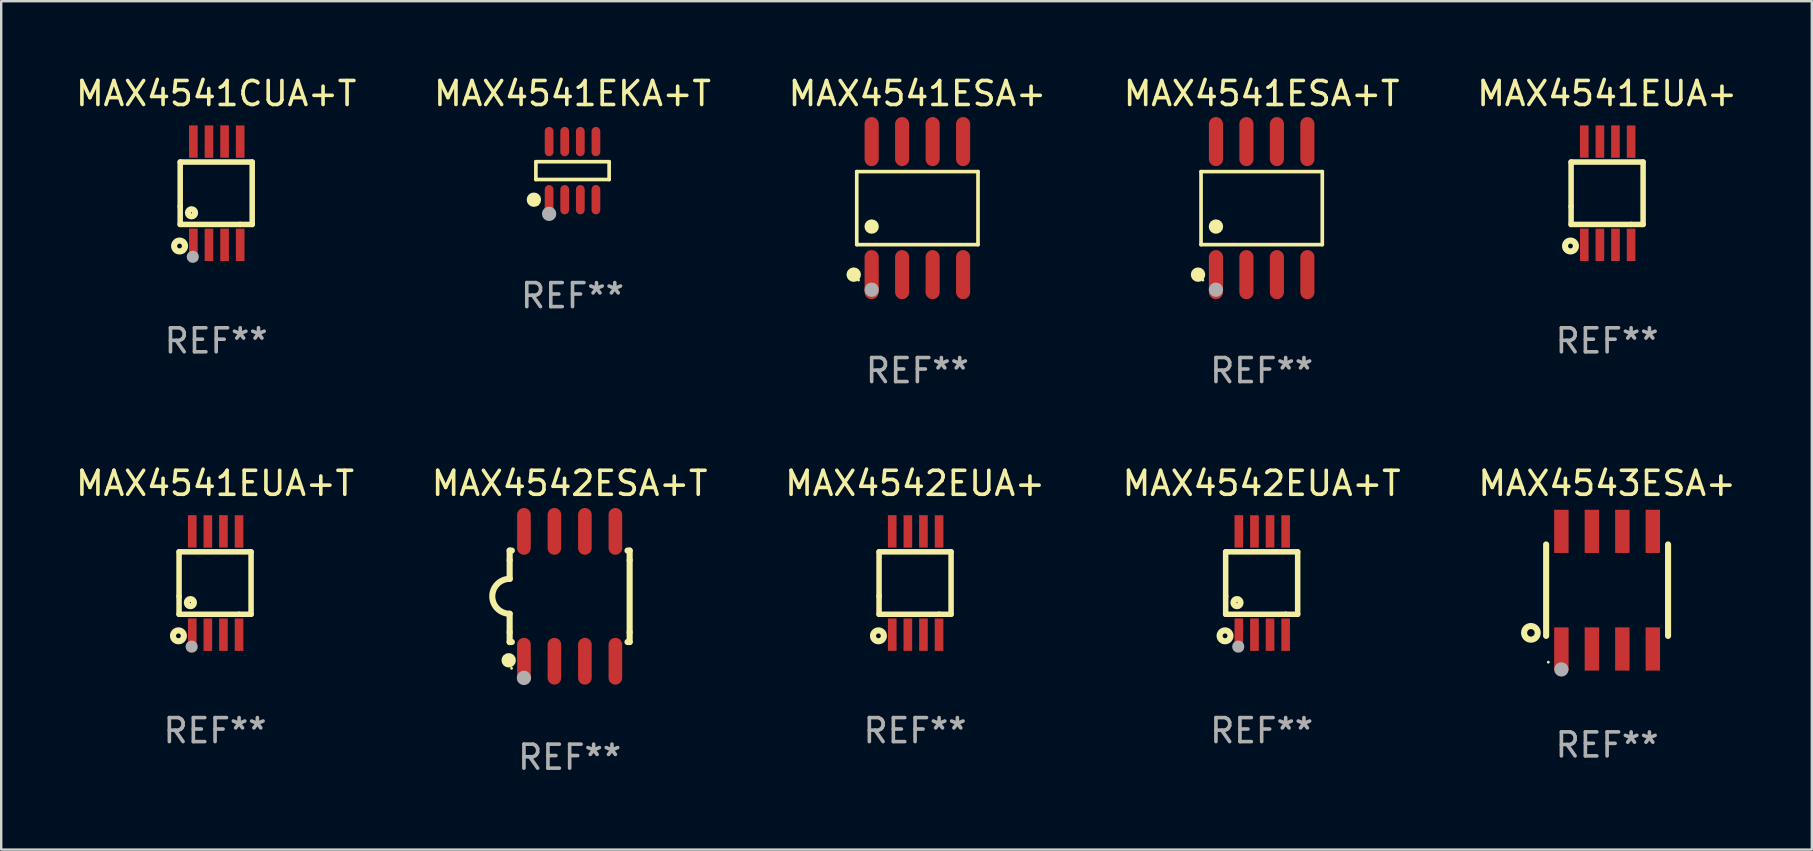
<source format=kicad_pcb>
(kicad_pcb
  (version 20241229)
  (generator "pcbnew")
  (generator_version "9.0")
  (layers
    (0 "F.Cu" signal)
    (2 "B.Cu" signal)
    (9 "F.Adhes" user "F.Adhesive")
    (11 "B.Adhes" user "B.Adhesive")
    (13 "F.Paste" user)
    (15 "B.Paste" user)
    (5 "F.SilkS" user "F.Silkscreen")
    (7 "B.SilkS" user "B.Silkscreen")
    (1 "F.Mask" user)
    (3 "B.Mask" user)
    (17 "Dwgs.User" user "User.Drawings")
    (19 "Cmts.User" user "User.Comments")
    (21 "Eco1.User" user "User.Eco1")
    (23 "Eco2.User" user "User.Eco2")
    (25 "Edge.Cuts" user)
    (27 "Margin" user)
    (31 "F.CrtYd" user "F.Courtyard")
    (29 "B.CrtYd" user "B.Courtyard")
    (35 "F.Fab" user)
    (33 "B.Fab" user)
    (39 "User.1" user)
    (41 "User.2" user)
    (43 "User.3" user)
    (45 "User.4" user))
  (footprint "MAX4542EUA+"
    (layer "F.Cu")
    (at 35.077 21.242)
    (property "Reference" "MAX4542EUA+" (at 0 -4.152 0) (layer "F.SilkS") (effects (font (size 1 1) (thickness 0.15))))
    (attr through_hole)
    (fp_line (start -1.5 1.301) (end 1 1.301) (stroke (width 0.229) (type solid)) (layer "F.SilkS"))
    (fp_line (start -1.5 -1.299) (end -1.5 0.551) (stroke (width 0.229) (type solid)) (layer "F.SilkS"))
    (fp_line (start -1.5 0.551) (end -1.5 1.301) (stroke (width 0.229) (type solid)) (layer "F.SilkS"))
    (fp_line (start 1 1.301) (end 1.5 1.301) (stroke (width 0.229) (type solid)) (layer "F.SilkS"))
    (fp_line (start 1.5 1.301) (end 1.5 -1.299) (stroke (width 0.229) (type solid)) (layer "F.SilkS"))
    (fp_line (start 1.5 -1.299) (end -1.5 -1.299) (stroke (width 0.229) (type solid)) (layer "F.SilkS"))
    (fp_circle (center -1.526 2.2) (end -1.426 2.2) (stroke (width 0.254) (type solid)) (fill no) (layer "F.SilkS"))
    (fp_circle (center -1.476 2.45) (end -1.446 2.45) (stroke (width 0.06) (type solid)) (fill no) (layer "F.SilkS"))
    (fp_text user "REF**" (at 0 6.152 0) (layer "F.Fab") (effects (font (size 1 1) (thickness 0.15))))
    (pad "1" smd rect (at -0.951 2.15) (size 0.36 1.35) (layers "F.Cu" "F.Mask" "F.Paste"))
    (pad "2" smd rect (at -0.301 2.152) (size 0.36 1.35) (layers "F.Cu" "F.Mask" "F.Paste"))
    (pad "3" smd rect (at 0.349 2.151) (size 0.36 1.35) (layers "F.Cu" "F.Mask" "F.Paste"))
    (pad "4" smd rect (at 0.999 2.152) (size 0.36 1.35) (layers "F.Cu" "F.Mask" "F.Paste"))
    (pad "5" smd rect (at 1 -2.149) (size 0.36 1.35) (layers "F.Cu" "F.Mask" "F.Paste"))
    (pad "6" smd rect (at 0.348 -2.152) (size 0.36 1.35) (layers "F.Cu" "F.Mask" "F.Paste"))
    (pad "7" smd rect (at -0.3 -2.149) (size 0.36 1.35) (layers "F.Cu" "F.Mask" "F.Paste"))
    (pad "8" smd rect (at -0.952 -2.152) (size 0.36 1.35) (layers "F.Cu" "F.Mask" "F.Paste")))
  (footprint "MAX4541ESA+"
    (layer "F.Cu")
    (at 35.173 5.621)
    (property "Reference" "MAX4541ESA+" (at 0 -4.772 0) (layer "F.SilkS") (effects (font (size 1 1) (thickness 0.15))))
    (attr through_hole)
    (fp_line (start -2.526 -1.521) (end 2.526 -1.521) (stroke (width 0.152) (type solid)) (layer "F.SilkS"))
    (fp_line (start -2.526 1.521) (end -2.526 -1.521) (stroke (width 0.152) (type solid)) (layer "F.SilkS"))
    (fp_line (start 2.526 -1.521) (end 2.526 1.521) (stroke (width 0.152) (type solid)) (layer "F.SilkS"))
    (fp_line (start 2.526 1.521) (end -2.526 1.521) (stroke (width 0.152) (type solid)) (layer "F.SilkS"))
    (fp_circle (center -2.652 2.772) (end -2.501 2.772) (stroke (width 0.3) (type solid)) (fill no) (layer "F.SilkS"))
    (fp_circle (center -2.45 3) (end -2.42 3) (stroke (width 0.06) (type solid)) (fill no) (layer "F.SilkS"))
    (fp_circle (center -1.905 0.769) (end -1.755 0.769) (stroke (width 0.3) (type solid)) (fill no) (layer "F.SilkS"))
    (fp_circle (center -1.905 3.4) (end -1.755 3.4) (stroke (width 0.3) (type solid)) (fill no) (layer "F.Fab"))
    (fp_text user "REF**" (at 0 6.772 0) (layer "F.Fab") (effects (font (size 1 1) (thickness 0.15))))
    (pad "1" smd oval (at -1.905 2.772) (size 0.588 2.045) (layers "F.Cu" "F.Mask" "F.Paste"))
    (pad "2" smd oval (at -0.635 2.772) (size 0.588 2.045) (layers "F.Cu" "F.Mask" "F.Paste"))
    (pad "3" smd oval (at 0.635 2.772) (size 0.588 2.045) (layers "F.Cu" "F.Mask" "F.Paste"))
    (pad "4" smd oval (at 1.905 2.772) (size 0.588 2.045) (layers "F.Cu" "F.Mask" "F.Paste"))
    (pad "5" smd oval (at 1.905 -2.772) (size 0.588 2.045) (layers "F.Cu" "F.Mask" "F.Paste"))
    (pad "6" smd oval (at 0.635 -2.772) (size 0.588 2.045) (layers "F.Cu" "F.Mask" "F.Paste"))
    (pad "7" smd oval (at -0.635 -2.772) (size 0.588 2.045) (layers "F.Cu" "F.Mask" "F.Paste"))
    (pad "8" smd oval (at -1.905 -2.772) (size 0.588 2.045) (layers "F.Cu" "F.Mask" "F.Paste")))
  (footprint "MAX4541CUA+T"
    (layer "F.Cu")
    (at 5.958 5)
    (property "Reference" "MAX4541CUA+T" (at 0 -4.152 0) (layer "F.SilkS") (effects (font (size 1 1) (thickness 0.15))))
    (attr through_hole)
    (fp_line (start -1.5 1.301) (end 1 1.301) (stroke (width 0.229) (type solid)) (layer "F.SilkS"))
    (fp_line (start -1.5 -1.299) (end -1.5 0.551) (stroke (width 0.229) (type solid)) (layer "F.SilkS"))
    (fp_line (start -1.5 0.551) (end -1.5 1.301) (stroke (width 0.229) (type solid)) (layer "F.SilkS"))
    (fp_line (start 1 1.301) (end 1.5 1.301) (stroke (width 0.229) (type solid)) (layer "F.SilkS"))
    (fp_line (start 1.5 1.301) (end 1.5 -1.299) (stroke (width 0.229) (type solid)) (layer "F.SilkS"))
    (fp_line (start 1.5 -1.299) (end -1.5 -1.299) (stroke (width 0.229) (type solid)) (layer "F.SilkS"))
    (fp_circle (center -1.526 2.2) (end -1.426 2.2) (stroke (width 0.254) (type solid)) (fill no) (layer "F.SilkS"))
    (fp_circle (center -1.476 2.45) (end -1.446 2.45) (stroke (width 0.06) (type solid)) (fill no) (layer "F.SilkS"))
    (fp_circle (center -1.028 0.817) (end -0.878 0.817) (stroke (width 0.254) (type solid)) (fill no) (layer "F.SilkS"))
    (fp_circle (center -0.976 2.65) (end -0.849 2.65) (stroke (width 0.254) (type solid)) (fill no) (layer "F.Fab"))
    (fp_text user "REF**" (at 0 6.152 0) (layer "F.Fab") (effects (font (size 1 1) (thickness 0.15))))
    (pad "1" smd rect (at -0.951 2.15) (size 0.36 1.35) (layers "F.Cu" "F.Mask" "F.Paste"))
    (pad "2" smd rect (at -0.301 2.152) (size 0.36 1.35) (layers "F.Cu" "F.Mask" "F.Paste"))
    (pad "3" smd rect (at 0.349 2.151) (size 0.36 1.35) (layers "F.Cu" "F.Mask" "F.Paste"))
    (pad "4" smd rect (at 0.999 2.152) (size 0.36 1.35) (layers "F.Cu" "F.Mask" "F.Paste"))
    (pad "5" smd rect (at 0.999 -2.149) (size 0.36 1.35) (layers "F.Cu" "F.Mask" "F.Paste"))
    (pad "6" smd rect (at 0.349 -2.152) (size 0.36 1.35) (layers "F.Cu" "F.Mask" "F.Paste"))
    (pad "7" smd rect (at -0.301 -2.149) (size 0.36 1.35) (layers "F.Cu" "F.Mask" "F.Paste"))
    (pad "8" smd rect (at -0.951 -2.152) (size 0.36 1.35) (layers "F.Cu" "F.Mask" "F.Paste")))
  (footprint "MAX4543ESA+"
    (layer "F.Cu")
    (at 63.911 21.54)
    (property "Reference" "MAX4543ESA+" (at 0 -4.45 0) (layer "F.SilkS") (effects (font (size 1 1) (thickness 0.15))))
    (attr through_hole)
    (fp_line (start -2.54 -1.905) (end -2.54 1.905) (stroke (width 0.254) (type solid)) (layer "F.SilkS"))
    (fp_line (start 2.54 -1.905) (end 2.54 1.905) (stroke (width 0.254) (type solid)) (layer "F.SilkS"))
    (fp_circle (center -3.175 1.778) (end -2.891 1.778) (stroke (width 0.254) (type solid)) (fill no) (layer "F.SilkS"))
    (fp_circle (center -2.45 3) (end -2.42 3) (stroke (width 0.06) (type solid)) (fill no) (layer "F.SilkS"))
    (fp_circle (center -1.905 3.302) (end -1.755 3.302) (stroke (width 0.3) (type solid)) (fill no) (layer "F.Fab"))
    (fp_text user "REF**" (at 0 6.45 0) (layer "F.Fab") (effects (font (size 1 1) (thickness 0.15))))
    (pad "1" smd rect (at -1.905 2.45) (size 0.6 1.8) (layers "F.Cu" "F.Mask" "F.Paste"))
    (pad "2" smd rect (at -0.635 2.45) (size 0.6 1.8) (layers "F.Cu" "F.Mask" "F.Paste"))
    (pad "3" smd rect (at 0.635 2.45) (size 0.6 1.8) (layers "F.Cu" "F.Mask" "F.Paste"))
    (pad "4" smd rect (at 1.905 2.45) (size 0.6 1.8) (layers "F.Cu" "F.Mask" "F.Paste"))
    (pad "5" smd rect (at 1.905 -2.45 180) (size 0.6 1.8) (layers "F.Cu" "F.Mask" "F.Paste"))
    (pad "6" smd rect (at 0.635 -2.45 180) (size 0.6 1.8) (layers "F.Cu" "F.Mask" "F.Paste"))
    (pad "7" smd rect (at -0.635 -2.45 180) (size 0.6 1.8) (layers "F.Cu" "F.Mask" "F.Paste"))
    (pad "8" smd rect (at -1.905 -2.45 180) (size 0.6 1.8) (layers "F.Cu" "F.Mask" "F.Paste")))
  (footprint "MAX4541EUA+T"
    (layer "F.Cu")
    (at 5.911 21.242)
    (property "Reference" "MAX4541EUA+T" (at 0 -4.152 0) (layer "F.SilkS") (effects (font (size 1 1) (thickness 0.15))))
    (attr through_hole)
    (fp_line (start -1.5 1.301) (end 1 1.301) (stroke (width 0.229) (type solid)) (layer "F.SilkS"))
    (fp_line (start -1.5 -1.299) (end -1.5 0.551) (stroke (width 0.229) (type solid)) (layer "F.SilkS"))
    (fp_line (start -1.5 0.551) (end -1.5 1.301) (stroke (width 0.229) (type solid)) (layer "F.SilkS"))
    (fp_line (start 1 1.301) (end 1.5 1.301) (stroke (width 0.229) (type solid)) (layer "F.SilkS"))
    (fp_line (start 1.5 1.301) (end 1.5 -1.299) (stroke (width 0.229) (type solid)) (layer "F.SilkS"))
    (fp_line (start 1.5 -1.299) (end -1.5 -1.299) (stroke (width 0.229) (type solid)) (layer "F.SilkS"))
    (fp_circle (center -1.526 2.2) (end -1.426 2.2) (stroke (width 0.254) (type solid)) (fill no) (layer "F.SilkS"))
    (fp_circle (center -1.476 2.45) (end -1.446 2.45) (stroke (width 0.06) (type solid)) (fill no) (layer "F.SilkS"))
    (fp_circle (center -1.028 0.817) (end -0.878 0.817) (stroke (width 0.254) (type solid)) (fill no) (layer "F.SilkS"))
    (fp_circle (center -0.976 2.65) (end -0.849 2.65) (stroke (width 0.254) (type solid)) (fill no) (layer "F.Fab"))
    (fp_text user "REF**" (at 0 6.152 0) (layer "F.Fab") (effects (font (size 1 1) (thickness 0.15))))
    (pad "1" smd rect (at -0.951 2.15) (size 0.36 1.35) (layers "F.Cu" "F.Mask" "F.Paste"))
    (pad "2" smd rect (at -0.301 2.152) (size 0.36 1.35) (layers "F.Cu" "F.Mask" "F.Paste"))
    (pad "3" smd rect (at 0.349 2.151) (size 0.36 1.35) (layers "F.Cu" "F.Mask" "F.Paste"))
    (pad "4" smd rect (at 0.999 2.152) (size 0.36 1.35) (layers "F.Cu" "F.Mask" "F.Paste"))
    (pad "5" smd rect (at 0.999 -2.149) (size 0.36 1.35) (layers "F.Cu" "F.Mask" "F.Paste"))
    (pad "6" smd rect (at 0.349 -2.152) (size 0.36 1.35) (layers "F.Cu" "F.Mask" "F.Paste"))
    (pad "7" smd rect (at -0.301 -2.149) (size 0.36 1.35) (layers "F.Cu" "F.Mask" "F.Paste"))
    (pad "8" smd rect (at -0.951 -2.152) (size 0.36 1.35) (layers "F.Cu" "F.Mask" "F.Paste")))
  (footprint "MAX4542ESA+T"
    (layer "F.Cu")
    (at 20.685 21.795)
    (property "Reference" "MAX4542ESA+T" (at 0 -4.705 0) (layer "F.SilkS") (effects (font (size 1 1) (thickness 0.15))))
    (attr through_hole)
    (fp_line (start -2.5 -1.905) (end -2.409 -1.905) (stroke (width 0.254) (type solid)) (layer "F.SilkS"))
    (fp_line (start -2.5 -1.5) (end -2.5 -1.905) (stroke (width 0.254) (type solid)) (layer "F.SilkS"))
    (fp_line (start -2.5 -1.5) (end -2.5 -0.726) (stroke (width 0.254) (type solid)) (layer "F.SilkS"))
    (fp_line (start -2.5 1.5) (end -2.5 0.727) (stroke (width 0.254) (type solid)) (layer "F.SilkS"))
    (fp_line (start -2.5 1.5) (end -2.5 1.905) (stroke (width 0.254) (type solid)) (layer "F.SilkS"))
    (fp_line (start -2.5 1.905) (end -2.409 1.905) (stroke (width 0.254) (type solid)) (layer "F.SilkS"))
    (fp_line (start 2.5 -1.905) (end 2.409 -1.905) (stroke (width 0.254) (type solid)) (layer "F.SilkS"))
    (fp_line (start 2.5 -1.5) (end 2.5 -1.905) (stroke (width 0.254) (type solid)) (layer "F.SilkS"))
    (fp_line (start 2.5 -1.5) (end 2.5 1.5) (stroke (width 0.254) (type solid)) (layer "F.SilkS"))
    (fp_line (start 2.5 1.5) (end 2.5 1.905) (stroke (width 0.254) (type solid)) (layer "F.SilkS"))
    (fp_line (start 2.5 1.905) (end 2.409 1.905) (stroke (width 0.254) (type solid)) (layer "F.SilkS"))
    (fp_arc (start -2.5 0.726568) (mid -3.220316 -0.0023) (end -2.495097 -0.726289) (stroke (width 0.254001) (type solid)) (layer "F.SilkS"))
    (fp_circle (center -2.54 2.667) (end -2.39 2.667) (stroke (width 0.3) (type solid)) (fill no) (layer "F.SilkS"))
    (fp_circle (center -2.42 3) (end -2.39 3) (stroke (width 0.06) (type solid)) (fill no) (layer "F.SilkS"))
    (fp_circle (center -1.905 3.4) (end -1.755 3.4) (stroke (width 0.3) (type solid)) (fill no) (layer "F.Fab"))
    (fp_text user "REF**" (at 0 6.705 0) (layer "F.Fab") (effects (font (size 1 1) (thickness 0.15))))
    (pad "1" smd oval (at -1.905 2.705) (size 0.568 1.95) (layers "F.Cu" "F.Mask" "F.Paste"))
    (pad "2" smd oval (at -0.635 2.705) (size 0.568 1.95) (layers "F.Cu" "F.Mask" "F.Paste"))
    (pad "3" smd oval (at 0.635 2.705) (size 0.568 1.95) (layers "F.Cu" "F.Mask" "F.Paste"))
    (pad "4" smd oval (at 1.905 2.705) (size 0.568 1.95) (layers "F.Cu" "F.Mask" "F.Paste"))
    (pad "5" smd oval (at 1.905 -2.705) (size 0.568 1.95) (layers "F.Cu" "F.Mask" "F.Paste"))
    (pad "6" smd oval (at 0.635 -2.705) (size 0.568 1.95) (layers "F.Cu" "F.Mask" "F.Paste"))
    (pad "7" smd oval (at -0.635 -2.705) (size 0.568 1.95) (layers "F.Cu" "F.Mask" "F.Paste"))
    (pad "8" smd oval (at -1.905 -2.705) (size 0.568 1.95) (layers "F.Cu" "F.Mask" "F.Paste")))
  (footprint "MAX4541EKA+T"
    (layer "F.Cu")
    (at 20.804 4.059)
    (property "Reference" "MAX4541EKA+T" (at 0 -3.211 0) (layer "F.SilkS") (effects (font (size 1 1) (thickness 0.15))))
    (attr through_hole)
    (fp_line (start -1.526 -0.371) (end 1.526 -0.371) (stroke (width 0.152) (type solid)) (layer "F.SilkS"))
    (fp_line (start -1.526 0.371) (end -1.526 -0.371) (stroke (width 0.152) (type solid)) (layer "F.SilkS"))
    (fp_line (start 1.526 -0.371) (end 1.526 0.371) (stroke (width 0.152) (type solid)) (layer "F.SilkS"))
    (fp_line (start 1.526 0.371) (end -1.526 0.371) (stroke (width 0.152) (type solid)) (layer "F.SilkS"))
    (fp_circle (center -1.609 1.211) (end -1.459 1.211) (stroke (width 0.3) (type solid)) (fill no) (layer "F.SilkS"))
    (fp_circle (center -1.45 1.4) (end -1.42 1.4) (stroke (width 0.06) (type solid)) (fill no) (layer "F.SilkS"))
    (fp_circle (center -0.975 1.8) (end -0.825 1.8) (stroke (width 0.3) (type solid)) (fill no) (layer "F.Fab"))
    (fp_text user "REF**" (at 0 5.211 0) (layer "F.Fab") (effects (font (size 1 1) (thickness 0.15))))
    (pad "1" smd oval (at -0.975 1.211) (size 0.364 1.222) (layers "F.Cu" "F.Mask" "F.Paste"))
    (pad "2" smd oval (at -0.325 1.211) (size 0.364 1.222) (layers "F.Cu" "F.Mask" "F.Paste"))
    (pad "3" smd oval (at 0.325 1.211) (size 0.364 1.222) (layers "F.Cu" "F.Mask" "F.Paste"))
    (pad "4" smd oval (at 0.975 1.211) (size 0.364 1.222) (layers "F.Cu" "F.Mask" "F.Paste"))
    (pad "5" smd oval (at 0.975 -1.211) (size 0.364 1.222) (layers "F.Cu" "F.Mask" "F.Paste"))
    (pad "6" smd oval (at 0.325 -1.211) (size 0.364 1.222) (layers "F.Cu" "F.Mask" "F.Paste"))
    (pad "7" smd oval (at -0.325 -1.211) (size 0.364 1.222) (layers "F.Cu" "F.Mask" "F.Paste"))
    (pad "8" smd oval (at -0.975 -1.211) (size 0.364 1.222) (layers "F.Cu" "F.Mask" "F.Paste")))
  (footprint "MAX4541ESA+T"
    (layer "F.Cu")
    (at 49.518 5.621)
    (property "Reference" "MAX4541ESA+T" (at 0 -4.772 0) (layer "F.SilkS") (effects (font (size 1 1) (thickness 0.15))))
    (attr through_hole)
    (fp_line (start -2.526 -1.521) (end 2.526 -1.521) (stroke (width 0.152) (type solid)) (layer "F.SilkS"))
    (fp_line (start -2.526 1.521) (end -2.526 -1.521) (stroke (width 0.152) (type solid)) (layer "F.SilkS"))
    (fp_line (start 2.526 -1.521) (end 2.526 1.521) (stroke (width 0.152) (type solid)) (layer "F.SilkS"))
    (fp_line (start 2.526 1.521) (end -2.526 1.521) (stroke (width 0.152) (type solid)) (layer "F.SilkS"))
    (fp_circle (center -2.652 2.772) (end -2.501 2.772) (stroke (width 0.3) (type solid)) (fill no) (layer "F.SilkS"))
    (fp_circle (center -2.45 3) (end -2.42 3) (stroke (width 0.06) (type solid)) (fill no) (layer "F.SilkS"))
    (fp_circle (center -1.905 0.769) (end -1.755 0.769) (stroke (width 0.3) (type solid)) (fill no) (layer "F.SilkS"))
    (fp_circle (center -1.905 3.4) (end -1.755 3.4) (stroke (width 0.3) (type solid)) (fill no) (layer "F.Fab"))
    (fp_text user "REF**" (at 0 6.772 0) (layer "F.Fab") (effects (font (size 1 1) (thickness 0.15))))
    (pad "1" smd oval (at -1.905 2.772) (size 0.588 2.045) (layers "F.Cu" "F.Mask" "F.Paste"))
    (pad "2" smd oval (at -0.635 2.772) (size 0.588 2.045) (layers "F.Cu" "F.Mask" "F.Paste"))
    (pad "3" smd oval (at 0.635 2.772) (size 0.588 2.045) (layers "F.Cu" "F.Mask" "F.Paste"))
    (pad "4" smd oval (at 1.905 2.772) (size 0.588 2.045) (layers "F.Cu" "F.Mask" "F.Paste"))
    (pad "5" smd oval (at 1.905 -2.772) (size 0.588 2.045) (layers "F.Cu" "F.Mask" "F.Paste"))
    (pad "6" smd oval (at 0.635 -2.772) (size 0.588 2.045) (layers "F.Cu" "F.Mask" "F.Paste"))
    (pad "7" smd oval (at -0.635 -2.772) (size 0.588 2.045) (layers "F.Cu" "F.Mask" "F.Paste"))
    (pad "8" smd oval (at -1.905 -2.772) (size 0.588 2.045) (layers "F.Cu" "F.Mask" "F.Paste")))
  (footprint "MAX4541EUA+"
    (layer "F.Cu")
    (at 63.911 5)
    (property "Reference" "MAX4541EUA+" (at 0 -4.152 0) (layer "F.SilkS") (effects (font (size 1 1) (thickness 0.15))))
    (attr through_hole)
    (fp_line (start -1.5 1.301) (end 1 1.301) (stroke (width 0.229) (type solid)) (layer "F.SilkS"))
    (fp_line (start -1.5 -1.299) (end -1.5 0.551) (stroke (width 0.229) (type solid)) (layer "F.SilkS"))
    (fp_line (start -1.5 0.551) (end -1.5 1.301) (stroke (width 0.229) (type solid)) (layer "F.SilkS"))
    (fp_line (start 1 1.301) (end 1.5 1.301) (stroke (width 0.229) (type solid)) (layer "F.SilkS"))
    (fp_line (start 1.5 1.301) (end 1.5 -1.299) (stroke (width 0.229) (type solid)) (layer "F.SilkS"))
    (fp_line (start 1.5 -1.299) (end -1.5 -1.299) (stroke (width 0.229) (type solid)) (layer "F.SilkS"))
    (fp_circle (center -1.526 2.2) (end -1.426 2.2) (stroke (width 0.254) (type solid)) (fill no) (layer "F.SilkS"))
    (fp_circle (center -1.476 2.45) (end -1.446 2.45) (stroke (width 0.06) (type solid)) (fill no) (layer "F.SilkS"))
    (fp_text user "REF**" (at 0 6.152 0) (layer "F.Fab") (effects (font (size 1 1) (thickness 0.15))))
    (pad "1" smd rect (at -0.951 2.15) (size 0.36 1.35) (layers "F.Cu" "F.Mask" "F.Paste"))
    (pad "2" smd rect (at -0.301 2.152) (size 0.36 1.35) (layers "F.Cu" "F.Mask" "F.Paste"))
    (pad "3" smd rect (at 0.349 2.151) (size 0.36 1.35) (layers "F.Cu" "F.Mask" "F.Paste"))
    (pad "4" smd rect (at 0.999 2.152) (size 0.36 1.35) (layers "F.Cu" "F.Mask" "F.Paste"))
    (pad "5" smd rect (at 1 -2.149) (size 0.36 1.35) (layers "F.Cu" "F.Mask" "F.Paste"))
    (pad "6" smd rect (at 0.348 -2.152) (size 0.36 1.35) (layers "F.Cu" "F.Mask" "F.Paste"))
    (pad "7" smd rect (at -0.3 -2.149) (size 0.36 1.35) (layers "F.Cu" "F.Mask" "F.Paste"))
    (pad "8" smd rect (at -0.952 -2.152) (size 0.36 1.35) (layers "F.Cu" "F.Mask" "F.Paste")))
  (footprint "MAX4542EUA+T"
    (layer "F.Cu")
    (at 49.518 21.242)
    (property "Reference" "MAX4542EUA+T" (at 0 -4.152 0) (layer "F.SilkS") (effects (font (size 1 1) (thickness 0.15))))
    (attr through_hole)
    (fp_line (start -1.5 1.301) (end 1 1.301) (stroke (width 0.229) (type solid)) (layer "F.SilkS"))
    (fp_line (start -1.5 -1.299) (end -1.5 0.551) (stroke (width 0.229) (type solid)) (layer "F.SilkS"))
    (fp_line (start -1.5 0.551) (end -1.5 1.301) (stroke (width 0.229) (type solid)) (layer "F.SilkS"))
    (fp_line (start 1 1.301) (end 1.5 1.301) (stroke (width 0.229) (type solid)) (layer "F.SilkS"))
    (fp_line (start 1.5 1.301) (end 1.5 -1.299) (stroke (width 0.229) (type solid)) (layer "F.SilkS"))
    (fp_line (start 1.5 -1.299) (end -1.5 -1.299) (stroke (width 0.229) (type solid)) (layer "F.SilkS"))
    (fp_circle (center -1.526 2.2) (end -1.426 2.2) (stroke (width 0.254) (type solid)) (fill no) (layer "F.SilkS"))
    (fp_circle (center -1.476 2.45) (end -1.446 2.45) (stroke (width 0.06) (type solid)) (fill no) (layer "F.SilkS"))
    (fp_circle (center -1.028 0.817) (end -0.878 0.817) (stroke (width 0.254) (type solid)) (fill no) (layer "F.SilkS"))
    (fp_circle (center -0.976 2.65) (end -0.849 2.65) (stroke (width 0.254) (type solid)) (fill no) (layer "F.Fab"))
    (fp_text user "REF**" (at 0 6.152 0) (layer "F.Fab") (effects (font (size 1 1) (thickness 0.15))))
    (pad "1" smd rect (at -0.951 2.15) (size 0.36 1.35) (layers "F.Cu" "F.Mask" "F.Paste"))
    (pad "2" smd rect (at -0.301 2.152) (size 0.36 1.35) (layers "F.Cu" "F.Mask" "F.Paste"))
    (pad "3" smd rect (at 0.349 2.151) (size 0.36 1.35) (layers "F.Cu" "F.Mask" "F.Paste"))
    (pad "4" smd rect (at 0.999 2.152) (size 0.36 1.35) (layers "F.Cu" "F.Mask" "F.Paste"))
    (pad "5" smd rect (at 0.999 -2.149) (size 0.36 1.35) (layers "F.Cu" "F.Mask" "F.Paste"))
    (pad "6" smd rect (at 0.349 -2.152) (size 0.36 1.35) (layers "F.Cu" "F.Mask" "F.Paste"))
    (pad "7" smd rect (at -0.301 -2.149) (size 0.36 1.35) (layers "F.Cu" "F.Mask" "F.Paste"))
    (pad "8" smd rect (at -0.951 -2.152) (size 0.36 1.35) (layers "F.Cu" "F.Mask" "F.Paste")))
  (gr_rect
    (start -3 -3)
    (end 72.44 32.348)
    (stroke (width 0.1) (type default))
    (fill no)
    (layer "Edge.Cuts")))
</source>
